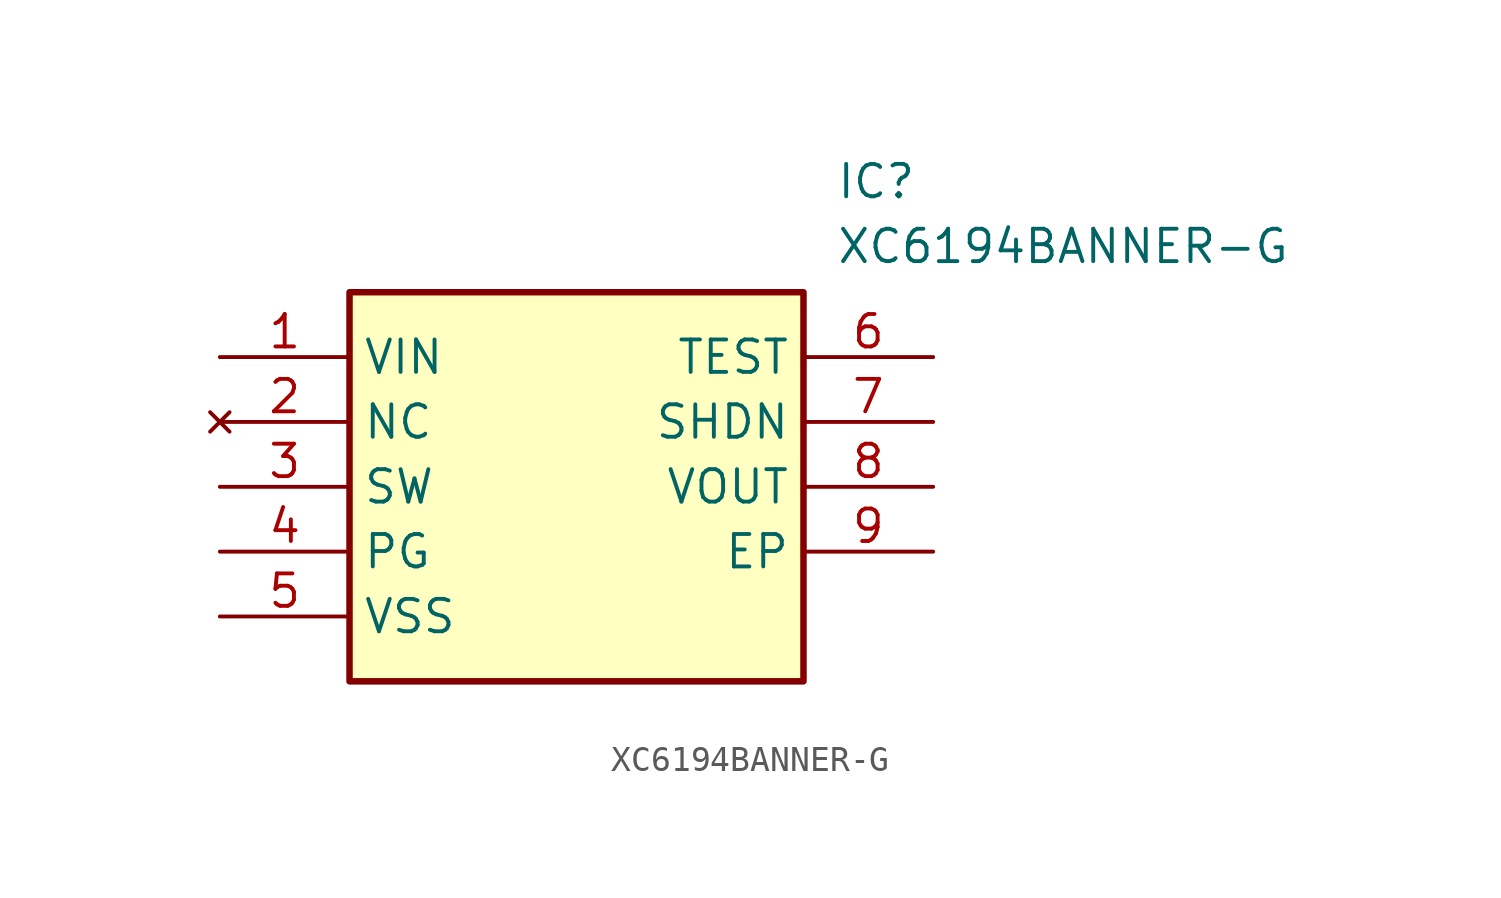
<source format=kicad_sym>
(kicad_symbol_lib
  (version 20211014)
  (generator SamacSys_ECAD_Model)
  (symbol "XC6194BANNER-G"
    (property "Reference" "IC"
      (at 24.13 7.62 0)
      (effects (font (size 1.27 1.27)) (justify left top)))
    (property "Value" "XC6194BANNER-G"
      (at 24.13 5.08 0)
      (effects (font (size 1.27 1.27)) (justify left top)))
    (rectangle
      (start 5.08 2.54)
      (end 22.86 -12.7)
      (stroke (width 0.254) (type default))
      (fill (type background)))
    (pin passive line
      (at 0 0 0)
      (length 5.08)
      (name "VIN" (effects (font (size 1.27 1.27))))
      (number "1" (effects (font (size 1.27 1.27)))))
    (pin no_connect line
      (at 0 -2.54 0)
      (length 5.08)
      (name "NC" (effects (font (size 1.27 1.27))))
      (number "2" (effects (font (size 1.27 1.27)))))
    (pin passive line
      (at 0 -5.08 0)
      (length 5.08)
      (name "SW" (effects (font (size 1.27 1.27))))
      (number "3" (effects (font (size 1.27 1.27)))))
    (pin passive line
      (at 0 -7.62 0)
      (length 5.08)
      (name "PG" (effects (font (size 1.27 1.27))))
      (number "4" (effects (font (size 1.27 1.27)))))
    (pin passive line
      (at 0 -10.16 0)
      (length 5.08)
      (name "VSS" (effects (font (size 1.27 1.27))))
      (number "5" (effects (font (size 1.27 1.27)))))
    (pin passive line
      (at 27.94 0 180)
      (length 5.08)
      (name "TEST" (effects (font (size 1.27 1.27))))
      (number "6" (effects (font (size 1.27 1.27)))))
    (pin passive line
      (at 27.94 -2.54 180)
      (length 5.08)
      (name "SHDN" (effects (font (size 1.27 1.27))))
      (number "7" (effects (font (size 1.27 1.27)))))
    (pin passive line
      (at 27.94 -5.08 180)
      (length 5.08)
      (name "VOUT" (effects (font (size 1.27 1.27))))
      (number "8" (effects (font (size 1.27 1.27)))))
    (pin passive line
      (at 27.94 -7.62 180)
      (length 5.08)
      (name "EP" (effects (font (size 1.27 1.27))))
      (number "9" (effects (font (size 1.27 1.27)))))))
</source>
